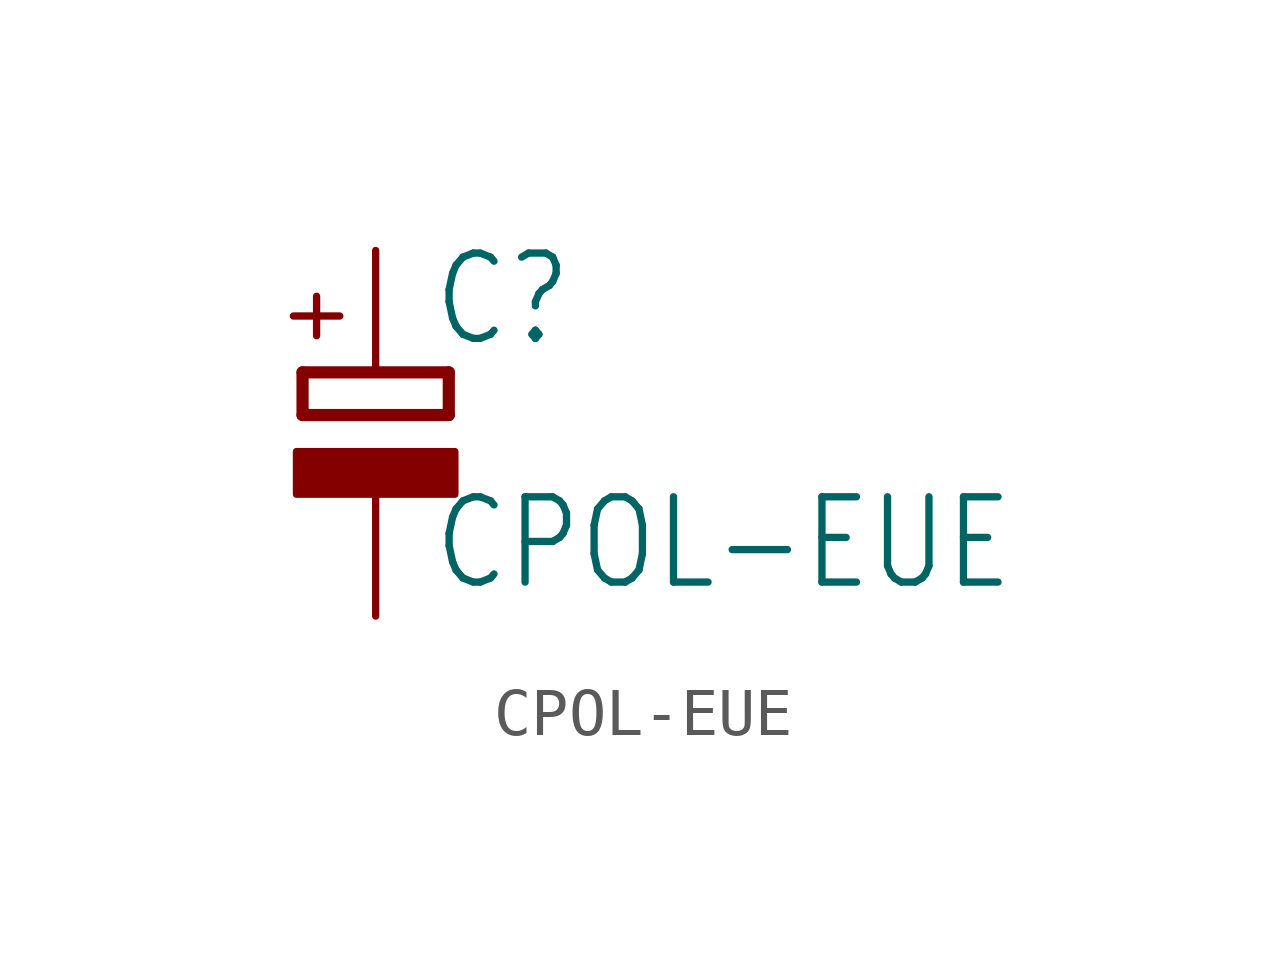
<source format=kicad_sym>
(kicad_symbol_lib
  (version 20220914)
  (generator kicad_symbol_editor)
  (symbol "CPOL-EUE"
    (property "Reference" "C"
      (at 1.143 0.483 0)
      (effects (font (size 1.778 1.511)) (justify left bottom)))
    (property "Value" "CPOL-EUE"
      (at 1.143 -4.597 0)
      (effects (font (size 1.778 1.511)) (justify left bottom)))
    (property "ki_locked" ""
      (at 0 0 0)
      (effects (font (size 1.27 1.27))))
    (symbol "CPOL-EUE_1_0"
      (rectangle (start -1.651 -2.54) (end 1.651 -1.651) (stroke (width 0) (type default)) (fill (type outline)))
      (polyline (pts (xy -1.524 -0.889) (xy 1.524 -0.889)) (stroke (width 0.254) (type default)) (fill (type none)))
      (polyline (pts (xy -1.524 0) (xy -1.524 -0.889)) (stroke (width 0.254) (type default)) (fill (type none)))
      (polyline (pts (xy -1.524 0) (xy 1.524 0)) (stroke (width 0.254) (type default)) (fill (type none)))
      (polyline (pts (xy 1.524 -0.889) (xy 1.524 0)) (stroke (width 0.254) (type default)) (fill (type none)))
      (text "+" (at -0.584 0.406 900) (effects (font (size 1.27 1.079)) (justify left bottom)))
      (pin passive line (at 0 2.54 270) (length 2.54) (name "+" (effects (font (size 0 0)))) (number "+" (effects (font (size 0 0)))))
      (pin passive line (at 0 -5.08 90) (length 2.54) (name "-" (effects (font (size 0 0)))) (number "-" (effects (font (size 0 0))))))))
</source>
